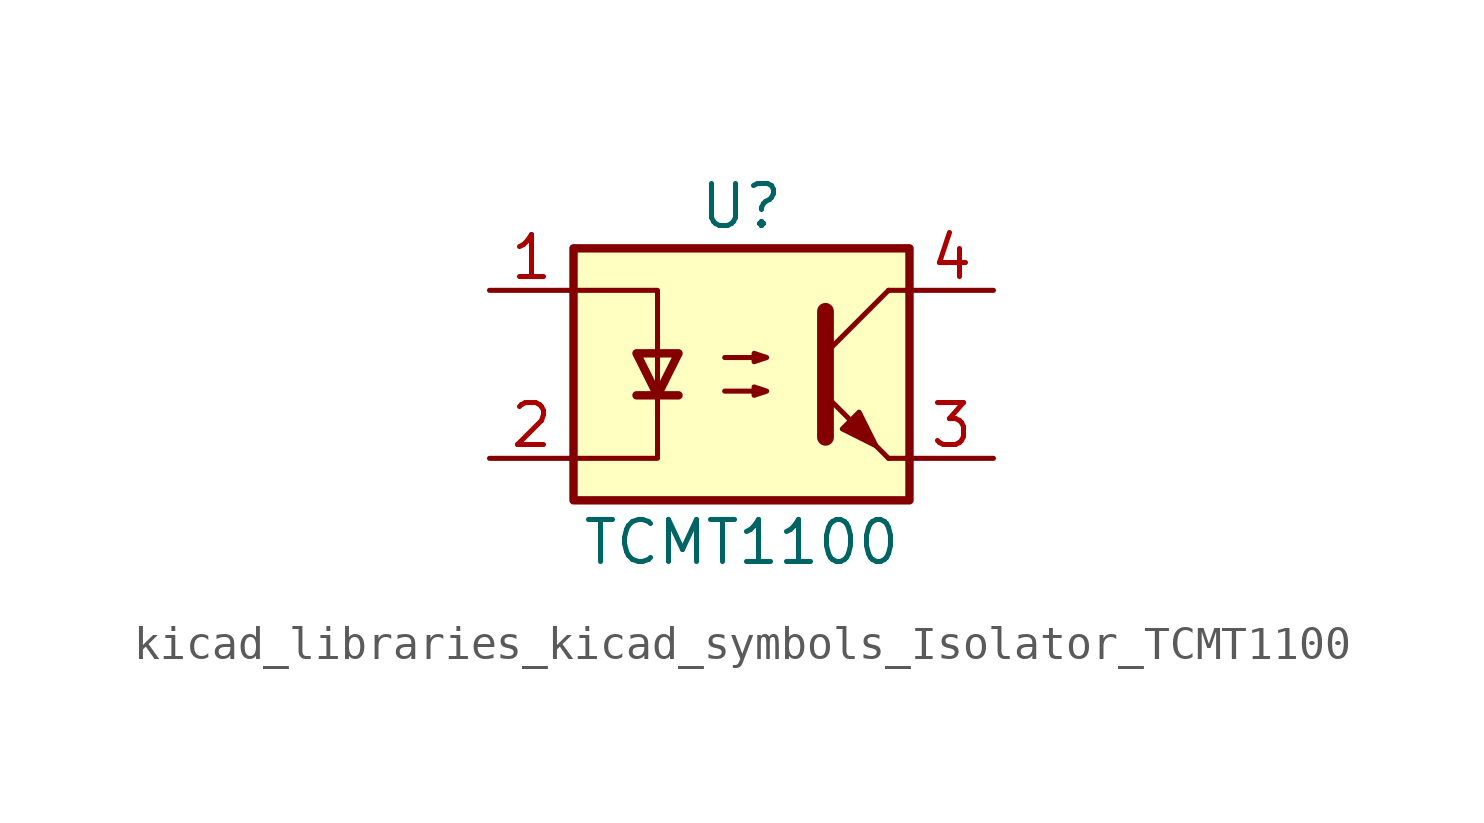
<source format=kicad_sym>
(kicad_symbol_lib
  (version 20220914)
  (generator kicad_symbol_editor)
  (symbol "kicad_libraries_kicad_symbols_Isolator_TCMT1100"
    (pin_names
      (offset 1.016))
    (property "Reference" "U"
      (at 0 5.08 0)
      (effects (font (size 1.27 1.27))))
    (property "Value" "TCMT1100"
      (at 0 -5.08 0)
      (effects (font (size 1.27 1.27))))
    (symbol "kicad_libraries_kicad_symbols_Isolator_TCMT1100_1_1"
      (rectangle (start -5.08 3.81) (end 5.08 -3.81) (stroke (width 0.254) (type default)) (fill (type background)))
      (polyline (pts (xy -3.175 -0.635) (xy -1.905 -0.635)) (stroke (width 0.254) (type default)) (fill (type none)))
      (polyline (pts (xy 2.54 0.635) (xy 4.445 2.54)) (stroke (width 0) (type default)) (fill (type none)))
      (polyline (pts (xy 4.445 -2.54) (xy 2.54 -0.635)) (stroke (width 0) (type default)) (fill (type outline)))
      (polyline (pts (xy 4.445 -2.54) (xy 5.08 -2.54)) (stroke (width 0) (type default)) (fill (type none)))
      (polyline (pts (xy 4.445 2.54) (xy 5.08 2.54)) (stroke (width 0) (type default)) (fill (type none)))
      (polyline (pts (xy -2.54 -0.635) (xy -2.54 -2.54) (xy -5.08 -2.54)) (stroke (width 0) (type default)) (fill (type none)))
      (polyline (pts (xy 2.54 1.905) (xy 2.54 -1.905) (xy 2.54 -1.905)) (stroke (width 0.508) (type default)) (fill (type none)))
      (polyline (pts (xy -5.08 2.54) (xy -2.54 2.54) (xy -2.54 -1.27) (xy -2.54 0.635)) (stroke (width 0) (type default)) (fill (type none)))
      (polyline (pts (xy -2.54 -0.635) (xy -3.175 0.635) (xy -1.905 0.635) (xy -2.54 -0.635)) (stroke (width 0.254) (type default)) (fill (type none)))
      (polyline (pts (xy -0.508 -0.508) (xy 0.762 -0.508) (xy 0.381 -0.635) (xy 0.381 -0.381) (xy 0.762 -0.508)) (stroke (width 0) (type default)) (fill (type none)))
      (polyline (pts (xy -0.508 0.508) (xy 0.762 0.508) (xy 0.381 0.381) (xy 0.381 0.635) (xy 0.762 0.508)) (stroke (width 0) (type default)) (fill (type none)))
      (polyline (pts (xy 3.048 -1.651) (xy 3.556 -1.143) (xy 4.064 -2.159) (xy 3.048 -1.651) (xy 3.048 -1.651)) (stroke (width 0) (type default)) (fill (type outline)))
      (pin passive line (at -7.62 2.54 0) (length 2.54) (name "~" (effects (font (size 1.27 1.27)))) (number "1" (effects (font (size 1.27 1.27)))))
      (pin passive line (at -7.62 -2.54 0) (length 2.54) (name "~" (effects (font (size 1.27 1.27)))) (number "2" (effects (font (size 1.27 1.27)))))
      (pin passive line (at 7.62 -2.54 180) (length 2.54) (name "~" (effects (font (size 1.27 1.27)))) (number "3" (effects (font (size 1.27 1.27)))))
      (pin passive line (at 7.62 2.54 180) (length 2.54) (name "~" (effects (font (size 1.27 1.27)))) (number "4" (effects (font (size 1.27 1.27))))))))
</source>
